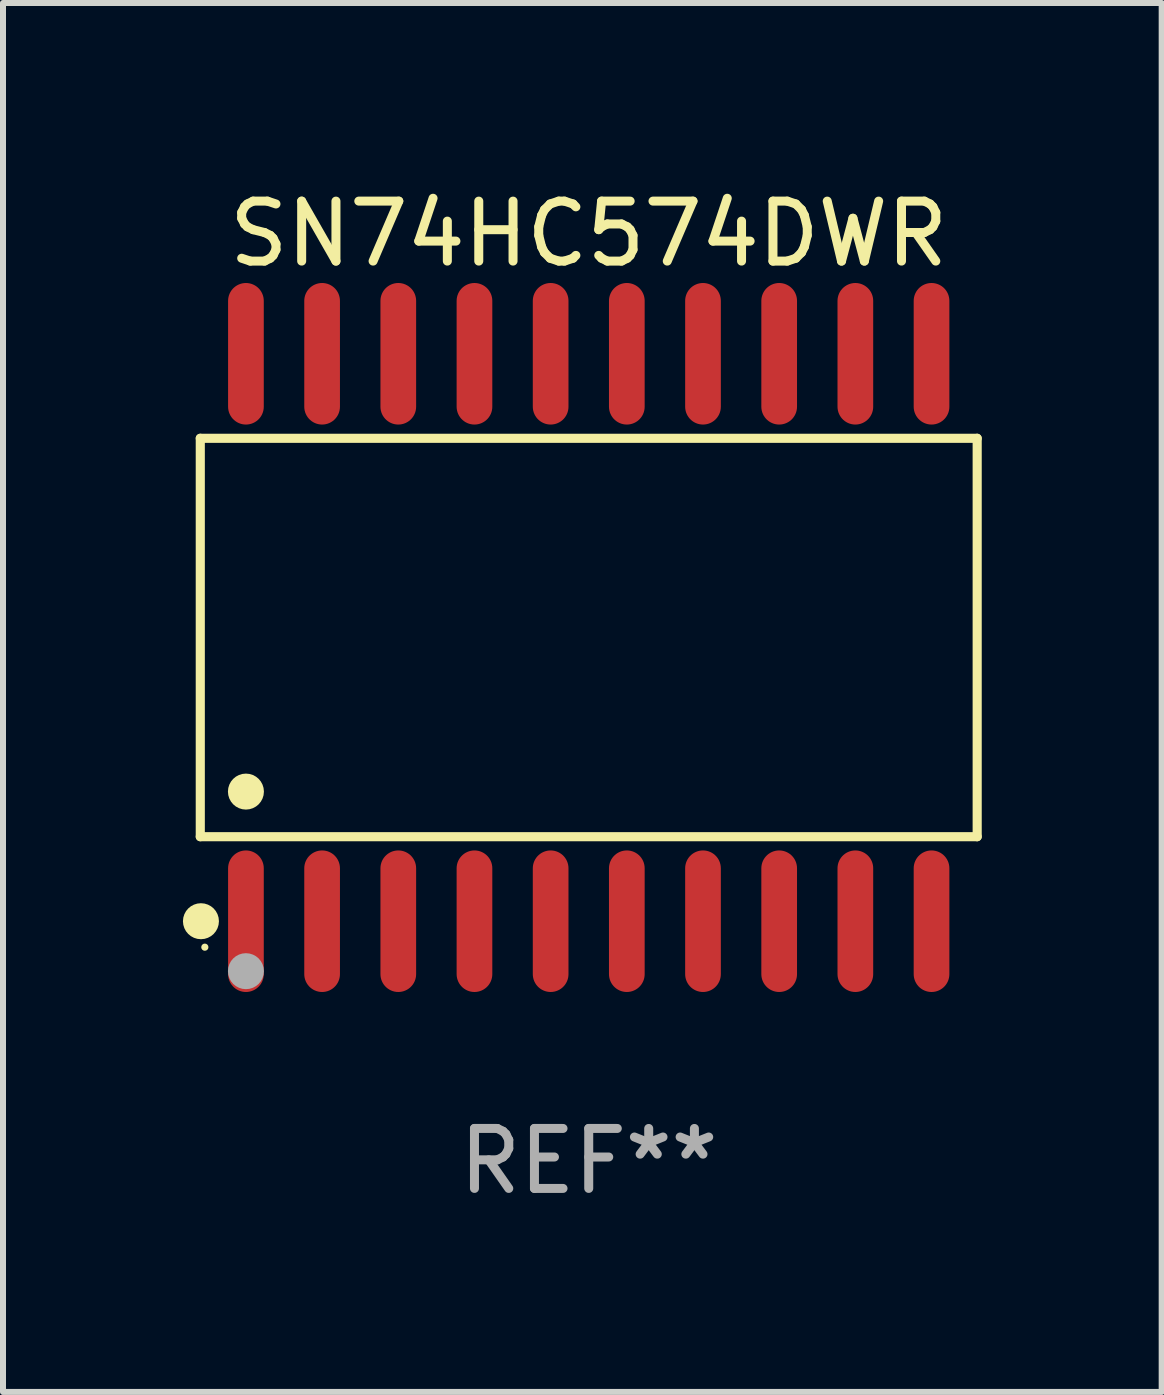
<source format=kicad_pcb>
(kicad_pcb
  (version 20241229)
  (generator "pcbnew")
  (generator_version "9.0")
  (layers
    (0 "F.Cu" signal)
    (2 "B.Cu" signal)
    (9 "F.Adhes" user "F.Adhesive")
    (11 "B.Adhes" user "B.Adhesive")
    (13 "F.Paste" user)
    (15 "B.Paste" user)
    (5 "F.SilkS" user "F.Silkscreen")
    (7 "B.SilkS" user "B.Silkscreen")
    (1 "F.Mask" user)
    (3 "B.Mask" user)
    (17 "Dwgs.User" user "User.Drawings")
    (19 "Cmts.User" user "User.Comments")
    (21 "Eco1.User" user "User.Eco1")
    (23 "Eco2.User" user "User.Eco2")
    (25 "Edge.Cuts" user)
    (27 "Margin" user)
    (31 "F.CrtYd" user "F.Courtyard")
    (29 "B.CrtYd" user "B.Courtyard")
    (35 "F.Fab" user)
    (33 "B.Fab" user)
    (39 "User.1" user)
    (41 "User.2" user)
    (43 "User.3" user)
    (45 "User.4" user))
  (footprint "SN74HC574DWR"
    (layer "F.Cu")
    (at 6.765 7.578)
    (property "Reference" "SN74HC574DWR" (at 0 -6.73 0) (layer "F.SilkS") (effects (font (size 1 1) (thickness 0.15))))
    (attr through_hole)
    (fp_line (start -6.476 -3.321) (end 6.476 -3.321) (stroke (width 0.152) (type solid)) (layer "F.SilkS"))
    (fp_line (start -6.476 3.321) (end -6.476 -3.321) (stroke (width 0.152) (type solid)) (layer "F.SilkS"))
    (fp_line (start 6.476 -3.321) (end 6.476 3.321) (stroke (width 0.152) (type solid)) (layer "F.SilkS"))
    (fp_line (start 6.476 3.321) (end -6.476 3.321) (stroke (width 0.152) (type solid)) (layer "F.SilkS"))
    (fp_circle (center -6.465 4.73) (end -6.315 4.73) (stroke (width 0.3) (type solid)) (fill no) (layer "F.SilkS"))
    (fp_circle (center -6.4 5.163) (end -6.37 5.163) (stroke (width 0.06) (type solid)) (fill no) (layer "F.SilkS"))
    (fp_circle (center -5.715 2.569) (end -5.565 2.569) (stroke (width 0.3) (type solid)) (fill no) (layer "F.SilkS"))
    (fp_circle (center -5.715 5.563) (end -5.565 5.563) (stroke (width 0.3) (type solid)) (fill no) (layer "F.Fab"))
    (fp_text user "REF**" (at 0 8.73 0) (layer "F.Fab") (effects (font (size 1 1) (thickness 0.15))))
    (pad "1" smd oval (at -5.715 4.73) (size 0.595 2.36) (layers "F.Cu" "F.Mask" "F.Paste"))
    (pad "2" smd oval (at -4.445 4.73) (size 0.595 2.36) (layers "F.Cu" "F.Mask" "F.Paste"))
    (pad "3" smd oval (at -3.175 4.73) (size 0.595 2.36) (layers "F.Cu" "F.Mask" "F.Paste"))
    (pad "4" smd oval (at -1.905 4.73) (size 0.595 2.36) (layers "F.Cu" "F.Mask" "F.Paste"))
    (pad "5" smd oval (at -0.635 4.73) (size 0.595 2.36) (layers "F.Cu" "F.Mask" "F.Paste"))
    (pad "6" smd oval (at 0.635 4.73) (size 0.595 2.36) (layers "F.Cu" "F.Mask" "F.Paste"))
    (pad "7" smd oval (at 1.905 4.73) (size 0.595 2.36) (layers "F.Cu" "F.Mask" "F.Paste"))
    (pad "8" smd oval (at 3.175 4.73) (size 0.595 2.36) (layers "F.Cu" "F.Mask" "F.Paste"))
    (pad "9" smd oval (at 4.445 4.73) (size 0.595 2.36) (layers "F.Cu" "F.Mask" "F.Paste"))
    (pad "10" smd oval (at 5.715 4.73) (size 0.595 2.36) (layers "F.Cu" "F.Mask" "F.Paste"))
    (pad "11" smd oval (at 5.715 -4.73) (size 0.595 2.36) (layers "F.Cu" "F.Mask" "F.Paste"))
    (pad "12" smd oval (at 4.445 -4.73) (size 0.595 2.36) (layers "F.Cu" "F.Mask" "F.Paste"))
    (pad "13" smd oval (at 3.175 -4.73) (size 0.595 2.36) (layers "F.Cu" "F.Mask" "F.Paste"))
    (pad "14" smd oval (at 1.905 -4.73) (size 0.595 2.36) (layers "F.Cu" "F.Mask" "F.Paste"))
    (pad "15" smd oval (at 0.635 -4.73) (size 0.595 2.36) (layers "F.Cu" "F.Mask" "F.Paste"))
    (pad "16" smd oval (at -0.635 -4.73) (size 0.595 2.36) (layers "F.Cu" "F.Mask" "F.Paste"))
    (pad "17" smd oval (at -1.905 -4.73) (size 0.595 2.36) (layers "F.Cu" "F.Mask" "F.Paste"))
    (pad "18" smd oval (at -3.175 -4.73) (size 0.595 2.36) (layers "F.Cu" "F.Mask" "F.Paste"))
    (pad "19" smd oval (at -4.445 -4.73) (size 0.595 2.36) (layers "F.Cu" "F.Mask" "F.Paste"))
    (pad "20" smd oval (at -5.715 -4.73) (size 0.595 2.36) (layers "F.Cu" "F.Mask" "F.Paste")))
  (gr_rect
    (start -3 -3)
    (end 16.317 20.156)
    (stroke (width 0.1) (type default))
    (fill no)
    (layer "Edge.Cuts")))
</source>
